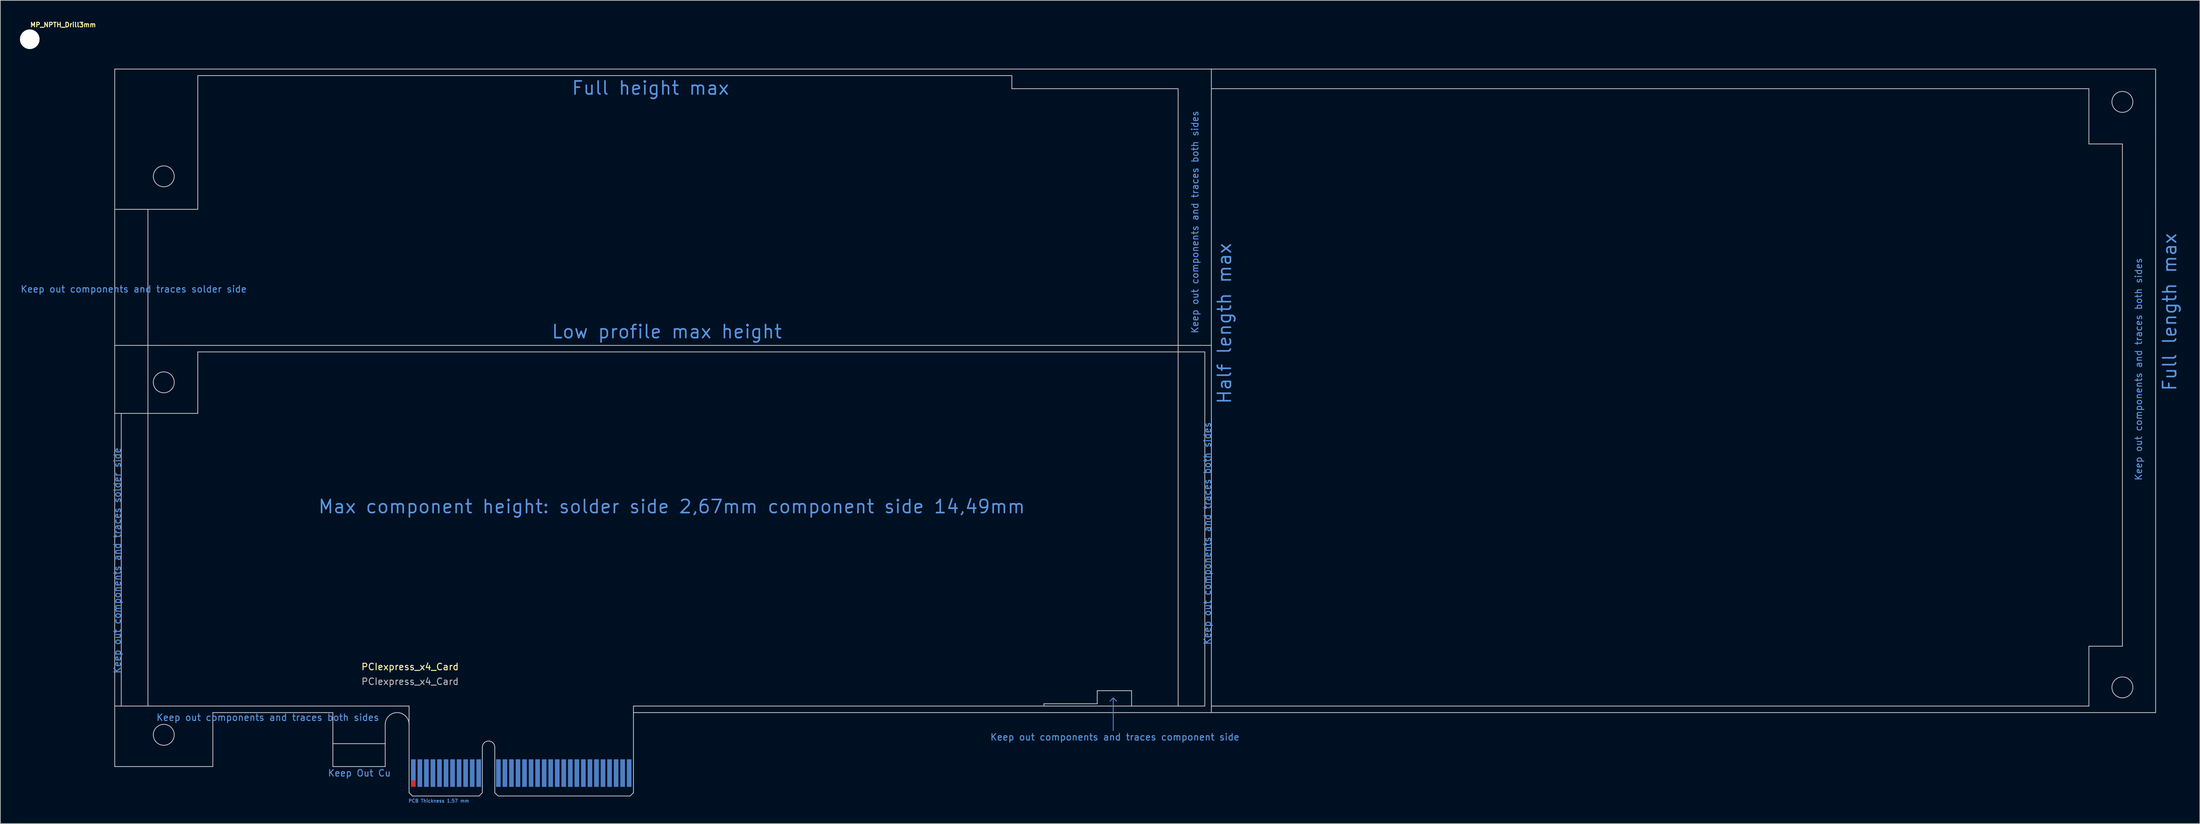
<source format=kicad_pcb>
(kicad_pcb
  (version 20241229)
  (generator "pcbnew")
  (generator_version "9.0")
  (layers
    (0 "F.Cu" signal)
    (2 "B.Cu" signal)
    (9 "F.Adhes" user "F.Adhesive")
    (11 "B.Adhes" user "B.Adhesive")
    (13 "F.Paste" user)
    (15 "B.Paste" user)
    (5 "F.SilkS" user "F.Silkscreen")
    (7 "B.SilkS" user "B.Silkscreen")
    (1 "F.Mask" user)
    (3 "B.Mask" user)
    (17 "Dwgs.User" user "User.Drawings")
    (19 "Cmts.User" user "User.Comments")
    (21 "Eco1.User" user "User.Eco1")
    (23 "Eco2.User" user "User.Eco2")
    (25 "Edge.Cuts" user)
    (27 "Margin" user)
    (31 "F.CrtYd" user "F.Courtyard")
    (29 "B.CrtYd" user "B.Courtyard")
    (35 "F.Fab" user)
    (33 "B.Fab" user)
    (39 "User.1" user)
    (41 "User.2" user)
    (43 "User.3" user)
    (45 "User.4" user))
  (footprint "MP_NPTH_Drill3mm"
    (layer "F.Cu")
    (at 1.5 2.95)
    (property "Reference" "MP_NPTH_Drill3mm" (at 0 -1.8 0) (layer "F.SilkS") (effects (font (size 0.7 0.7) (thickness 0.15)) (justify left bottom)))
    (attr exclude_from_pos_files exclude_from_bom)
    (pad "" np_thru_hole circle (at 0 0) (size 3 3) (drill 3) (layers "*.Cu" "*.Mask")))
  (footprint "PCIexpress_x4_Card"
    (layer "F.Cu")
    (at 59.637 118.66)
    (property "Reference" "PCIexpress_x4_Card" (at 0 -19.75 0) (layer "F.SilkS") (effects (font (size 1 1) (thickness 0.15))))
    (attr exclude_from_pos_files exclude_from_bom)
    (fp_poly (pts (xy -11.8 -4.5) (xy -11.8 -8) (xy -3.8 -8) (xy -3.8 -4.5)) (stroke (width 0) (type solid)) (fill yes) (layer "F.Mask"))
    (fp_poly (pts (xy -0.25 -5.5) (xy 34.25 -5.5) (xy 34.25 0) (xy -0.25 0)) (stroke (width 0.2) (type solid)) (fill yes) (layer "F.Mask"))
    (fp_poly (pts (xy -11.8 -4.5) (xy -11.8 -8) (xy -3.8 -8) (xy -3.8 -4.5)) (stroke (width 0) (type solid)) (fill yes) (layer "B.Mask"))
    (fp_poly (pts (xy -0.25 -5.5) (xy 34.25 -5.5) (xy 34.25 0) (xy -0.25 0)) (stroke (width 0.2) (type solid)) (fill yes) (layer "B.Mask"))
    (fp_line (start -45.15 -111.15) (end -45.15 -4.5) (stroke (width 0.12) (type solid)) (layer "Dwgs.User"))
    (fp_line (start -45.15 -111.15) (end 122.5 -111.15) (stroke (width 0.12) (type solid)) (layer "Dwgs.User"))
    (fp_line (start -45.15 -89.7) (end -32.45 -89.7) (stroke (width 0.12) (type solid)) (layer "Dwgs.User"))
    (fp_line (start -45.15 -68.9) (end 122.5 -68.9) (stroke (width 0.12) (type solid)) (layer "Dwgs.User"))
    (fp_line (start -45.15 -58.5) (end -32.45 -58.5) (stroke (width 0.12) (type solid)) (layer "Dwgs.User"))
    (fp_line (start -44.15 -58.5) (end -44.15 -13.75) (stroke (width 0.12) (type solid)) (layer "Dwgs.User"))
    (fp_line (start -40.07 -13.75) (end -40.07 -89.7) (stroke (width 0.12) (type solid)) (layer "Dwgs.User"))
    (fp_line (start -32.45 -110.15) (end -32.45 -89.7) (stroke (width 0.12) (type solid)) (layer "Dwgs.User"))
    (fp_line (start -32.45 -110.15) (end 92 -110.15) (stroke (width 0.12) (type solid)) (layer "Dwgs.User"))
    (fp_line (start -32.45 -67.9) (end 121.5 -67.9) (stroke (width 0.12) (type solid)) (layer "Dwgs.User"))
    (fp_line (start -32.45 -58.5) (end -32.45 -67.9) (stroke (width 0.12) (type solid)) (layer "Dwgs.User"))
    (fp_line (start -30.15 -12.75) (end -11.8 -12.75) (stroke (width 0.12) (type solid)) (layer "Dwgs.User"))
    (fp_line (start -30.15 -4.5) (end -45.15 -4.5) (stroke (width 0.12) (type solid)) (layer "Dwgs.User"))
    (fp_line (start -30.15 -4.5) (end -30.15 -12.75) (stroke (width 0.12) (type solid)) (layer "Dwgs.User"))
    (fp_line (start -11.8 -8) (end -3.8 -8) (stroke (width 0.12) (type solid)) (layer "Dwgs.User"))
    (fp_line (start -11.8 -4.5) (end -11.8 -12.75) (stroke (width 0.12) (type solid)) (layer "Dwgs.User"))
    (fp_line (start -11.8 -4.5) (end -3.8 -4.5) (stroke (width 0.12) (type solid)) (layer "Dwgs.User"))
    (fp_line (start -3.8 -4.5) (end -3.8 -10.925) (stroke (width 0.12) (type solid)) (layer "Dwgs.User"))
    (fp_line (start -0.15 -13.75) (end -45.15 -13.75) (stroke (width 0.12) (type solid)) (layer "Dwgs.User"))
    (fp_line (start -0.15 -10.925) (end -0.15 -13.75) (stroke (width 0.12) (type solid)) (layer "Dwgs.User"))
    (fp_line (start -0.15 -0.5) (end -0.15 -10.925) (stroke (width 0.12) (type solid)) (layer "Dwgs.User"))
    (fp_line (start -0.15 -0.5) (end 0.35 0) (stroke (width 0.12) (type solid)) (layer "Dwgs.User"))
    (fp_line (start 0.35 0) (end 10.55 0) (stroke (width 0.12) (type solid)) (layer "Dwgs.User"))
    (fp_line (start 11.05 -7.45) (end 11.05 -0.5) (stroke (width 0.12) (type solid)) (layer "Dwgs.User"))
    (fp_line (start 11.05 -0.5) (end 10.55 0) (stroke (width 0.12) (type solid)) (layer "Dwgs.User"))
    (fp_line (start 12.95 -7.45) (end 12.95 -0.5) (stroke (width 0.12) (type solid)) (layer "Dwgs.User"))
    (fp_line (start 12.95 -0.5) (end 13.45 0) (stroke (width 0.12) (type solid)) (layer "Dwgs.User"))
    (fp_line (start 13.45 0) (end 33.65 0) (stroke (width 0.12) (type solid)) (layer "Dwgs.User"))
    (fp_line (start 34.15 -13.75) (end 121.5 -13.75) (stroke (width 0.12) (type solid)) (layer "Dwgs.User"))
    (fp_line (start 34.15 -12.75) (end 34.15 -13.75) (stroke (width 0.12) (type solid)) (layer "Dwgs.User"))
    (fp_line (start 34.15 -12.75) (end 122.503 -12.75) (stroke (width 0.12) (type solid)) (layer "Dwgs.User"))
    (fp_line (start 34.15 -0.5) (end 33.65 0) (stroke (width 0.12) (type solid)) (layer "Dwgs.User"))
    (fp_line (start 34.15 -0.5) (end 34.15 -12.75) (stroke (width 0.12) (type solid)) (layer "Dwgs.User"))
    (fp_line (start 92 -110.15) (end 92 -108.15) (stroke (width 0.12) (type solid)) (layer "Dwgs.User"))
    (fp_line (start 92 -108.15) (end 117.42 -108.15) (stroke (width 0.12) (type solid)) (layer "Dwgs.User"))
    (fp_line (start 96.9 -14.1) (end 96.9 -13.75) (stroke (width 0.12) (type solid)) (layer "Dwgs.User"))
    (fp_line (start 96.9 -14.1) (end 105.05 -14.1) (stroke (width 0.12) (type solid)) (layer "Dwgs.User"))
    (fp_line (start 105.05 -16.1) (end 110.3 -16.1) (stroke (width 0.12) (type solid)) (layer "Dwgs.User"))
    (fp_line (start 105.05 -14.1) (end 105.05 -16.1) (stroke (width 0.12) (type solid)) (layer "Dwgs.User"))
    (fp_line (start 110.3 -16.1) (end 110.3 -13.75) (stroke (width 0.12) (type solid)) (layer "Dwgs.User"))
    (fp_line (start 117.42 -108.15) (end 117.42 -13.75) (stroke (width 0.12) (type solid)) (layer "Dwgs.User"))
    (fp_line (start 121.5 -67.9) (end 121.5 -13.75) (stroke (width 0.12) (type solid)) (layer "Dwgs.User"))
    (fp_line (start 122.5 -111.15) (end 122.5 -12.75) (stroke (width 0.12) (type solid)) (layer "Dwgs.User"))
    (fp_line (start 122.5 -111.15) (end 266.85 -111.15) (stroke (width 0.12) (type solid)) (layer "Dwgs.User"))
    (fp_line (start 122.5 -108.15) (end 256.65 -108.15) (stroke (width 0.12) (type solid)) (layer "Dwgs.User"))
    (fp_line (start 122.5 -13.75) (end 256.65 -13.75) (stroke (width 0.12) (type solid)) (layer "Dwgs.User"))
    (fp_line (start 122.503 -12.75) (end 266.853 -12.75) (stroke (width 0.12) (type solid)) (layer "Dwgs.User"))
    (fp_line (start 256.65 -108.15) (end 256.65 -99.7) (stroke (width 0.12) (type solid)) (layer "Dwgs.User"))
    (fp_line (start 256.65 -99.7) (end 261.77 -99.7) (stroke (width 0.12) (type solid)) (layer "Dwgs.User"))
    (fp_line (start 256.65 -22.9) (end 261.77 -22.9) (stroke (width 0.12) (type solid)) (layer "Dwgs.User"))
    (fp_line (start 256.65 -13.75) (end 256.65 -22.9) (stroke (width 0.12) (type solid)) (layer "Dwgs.User"))
    (fp_line (start 261.77 -99.7) (end 261.77 -22.9) (stroke (width 0.12) (type solid)) (layer "Dwgs.User"))
    (fp_line (start 266.85 -111.15) (end 266.853 -12.75) (stroke (width 0.12) (type solid)) (layer "Dwgs.User"))
    (fp_arc (start -3.8 -10.925) (mid -1.975 -12.75) (end -0.15 -10.925) (stroke (width 0.12) (type solid)) (layer "Dwgs.User"))
    (fp_arc (start 11.05 -7.45) (mid 12 -8.4) (end 12.95 -7.45) (stroke (width 0.12) (type solid)) (layer "Dwgs.User"))
    (fp_circle (center -37.65 -94.75) (end -36.05 -94.75) (stroke (width 0.12) (type solid)) (fill no) (layer "Dwgs.User"))
    (fp_circle (center -37.65 -63.25) (end -36.05 -63.25) (stroke (width 0.12) (type solid)) (fill no) (layer "Dwgs.User"))
    (fp_circle (center -37.65 -9.35) (end -36.05 -9.35) (stroke (width 0.12) (type solid)) (fill no) (layer "Dwgs.User"))
    (fp_circle (center 261.77 -106.13) (end 263.37 -106.13) (stroke (width 0.12) (type solid)) (fill no) (layer "Dwgs.User"))
    (fp_circle (center 261.77 -16.6) (end 263.37 -16.6) (stroke (width 0.12) (type solid)) (fill no) (layer "Dwgs.User"))
    (fp_line (start 107.5 -15) (end 107 -14.5) (stroke (width 0.12) (type solid)) (layer "Cmts.User"))
    (fp_line (start 107.5 -15) (end 108 -14.5) (stroke (width 0.12) (type solid)) (layer "Cmts.User"))
    (fp_line (start 107.5 -10) (end 107.5 -15) (stroke (width 0.12) (type solid)) (layer "Cmts.User"))
    (fp_text user "Max component height: solder side 2,67mm component side 14,49mm" (at 40 -44.25 0) (layer "Cmts.User") (effects (font (size 2 2) (thickness 0.25))))
    (fp_text user "PCB Thickness 1.57 mm" (at 4.4 0.75 180) (layer "Cmts.User") (effects (font (size 0.5 0.5) (thickness 0.1))))
    (fp_text user "Low profile max height" (at 39.25 -71 0) (layer "Cmts.User") (effects (font (size 2 2) (thickness 0.25))))
    (fp_text user "Full length max" (at 269 -74 90) (layer "Cmts.User") (effects (font (size 2 2) (thickness 0.25))))
    (fp_text user "Keep out components and traces both sides" (at 121.893 -40.135 90) (layer "Cmts.User") (effects (font (size 1 1) (thickness 0.15))))
    (fp_text user "Keep out components and traces solder side" (at -42.25 -77.5 180) (layer "Cmts.User") (effects (font (size 1 1) (thickness 0.15))))
    (fp_text user "Full height max" (at 36.75 -108.25 0) (layer "Cmts.User") (effects (font (size 2 2) (thickness 0.25))))
    (fp_text user "Keep out components and traces solder side" (at -44.75 -36 90) (layer "Cmts.User") (effects (font (size 1 1) (thickness 0.15))))
    (fp_text user "Keep out components and traces component side" (at 107.75 -9 180) (layer "Cmts.User") (effects (font (size 1 1) (thickness 0.15))))
    (fp_text user "Keep out components and traces both sides" (at 264.25 -65.25 90) (layer "Cmts.User") (effects (font (size 1 1) (thickness 0.15))))
    (fp_text user "Keep out components and traces both sides" (at 120 -87.75 90) (layer "Cmts.User") (effects (font (size 1 1) (thickness 0.15))))
    (fp_text user "Keep Out Cu" (at -7.75 -3.5 0) (layer "Cmts.User") (effects (font (size 1 1) (thickness 0.15))))
    (fp_text user "Half length max" (at 124.5 -72.25 90) (layer "Cmts.User") (effects (font (size 2 2) (thickness 0.25))))
    (fp_text user "Keep out components and traces both sides" (at -21.75 -12 0) (layer "Cmts.User") (effects (font (size 1 1) (thickness 0.15))))
    (fp_text user "${REFERENCE}" (at 0 -17.5 0) (layer "F.Fab") (effects (font (size 1 1) (thickness 0.15))))
    (pad "A1" connect rect (at 0.5 -4) (size 0.7 3.2) (layers "B.Cu"))
    (pad "A2" connect rect (at 1.5 -3.5) (size 0.7 4.2) (layers "B.Cu"))
    (pad "A3" connect rect (at 2.5 -3.5) (size 0.7 4.2) (layers "B.Cu"))
    (pad "A4" connect rect (at 3.5 -3.5) (size 0.7 4.2) (layers "B.Cu"))
    (pad "A5" connect rect (at 4.5 -3.5) (size 0.7 4.2) (layers "B.Cu"))
    (pad "A6" connect rect (at 5.5 -3.5) (size 0.7 4.2) (layers "B.Cu"))
    (pad "A7" connect rect (at 6.5 -3.5) (size 0.7 4.2) (layers "B.Cu"))
    (pad "A8" connect rect (at 7.5 -3.5) (size 0.7 4.2) (layers "B.Cu"))
    (pad "A9" connect rect (at 8.5 -3.5) (size 0.7 4.2) (layers "B.Cu"))
    (pad "A10" connect rect (at 9.5 -3.5) (size 0.7 4.2) (layers "B.Cu"))
    (pad "A11" connect rect (at 10.5 -3.5) (size 0.7 4.2) (layers "B.Cu"))
    (pad "A12" connect rect (at 13.5 -3.5) (size 0.7 4.2) (layers "B.Cu"))
    (pad "A13" connect rect (at 14.5 -3.5) (size 0.7 4.2) (layers "B.Cu"))
    (pad "A14" connect rect (at 15.5 -3.5) (size 0.7 4.2) (layers "B.Cu"))
    (pad "A15" connect rect (at 16.5 -3.5) (size 0.7 4.2) (layers "B.Cu"))
    (pad "A16" connect rect (at 17.5 -3.5) (size 0.7 4.2) (layers "B.Cu"))
    (pad "A17" connect rect (at 18.5 -3.5) (size 0.7 4.2) (layers "B.Cu"))
    (pad "A18" connect rect (at 19.5 -3.5) (size 0.7 4.2) (layers "B.Cu"))
    (pad "A19" connect rect (at 20.5 -3.5) (size 0.7 4.2) (layers "B.Cu"))
    (pad "A20" connect rect (at 21.5 -3.5) (size 0.7 4.2) (layers "B.Cu"))
    (pad "A21" connect rect (at 22.5 -3.5) (size 0.7 4.2) (layers "B.Cu"))
    (pad "A22" connect rect (at 23.5 -3.5) (size 0.7 4.2) (layers "B.Cu"))
    (pad "A23" connect rect (at 24.5 -3.5) (size 0.7 4.2) (layers "B.Cu"))
    (pad "A24" connect rect (at 25.5 -3.5) (size 0.7 4.2) (layers "B.Cu"))
    (pad "A25" connect rect (at 26.5 -3.5) (size 0.7 4.2) (layers "B.Cu"))
    (pad "A26" connect rect (at 27.5 -3.5) (size 0.7 4.2) (layers "B.Cu"))
    (pad "A27" connect rect (at 28.5 -3.5) (size 0.7 4.2) (layers "B.Cu"))
    (pad "A28" connect rect (at 29.5 -3.5) (size 0.7 4.2) (layers "B.Cu"))
    (pad "A29" connect rect (at 30.5 -3.5) (size 0.7 4.2) (layers "B.Cu"))
    (pad "A30" connect rect (at 31.5 -3.5) (size 0.7 4.2) (layers "B.Cu"))
    (pad "A31" connect rect (at 32.5 -3.5) (size 0.7 4.2) (layers "B.Cu"))
    (pad "A32" connect rect (at 33.5 -3.5) (size 0.7 4.2) (layers "B.Cu"))
    (pad "B1" connect rect (at 0.5 -3.5) (size 0.7 4.2) (layers "F.Cu"))
    (pad "B2" connect rect (at 1.5 -3.5) (size 0.7 4.2) (layers "F.Cu"))
    (pad "B3" connect rect (at 2.5 -3.5) (size 0.7 4.2) (layers "F.Cu"))
    (pad "B4" connect rect (at 3.5 -3.5) (size 0.7 4.2) (layers "F.Cu"))
    (pad "B5" connect rect (at 4.5 -3.5) (size 0.7 4.2) (layers "F.Cu"))
    (pad "B6" connect rect (at 5.5 -3.5) (size 0.7 4.2) (layers "F.Cu"))
    (pad "B7" connect rect (at 6.5 -3.5) (size 0.7 4.2) (layers "F.Cu"))
    (pad "B8" connect rect (at 7.5 -3.5) (size 0.7 4.2) (layers "F.Cu"))
    (pad "B9" connect rect (at 8.5 -3.5) (size 0.7 4.2) (layers "F.Cu"))
    (pad "B10" connect rect (at 9.5 -3.5) (size 0.7 4.2) (layers "F.Cu"))
    (pad "B11" connect rect (at 10.5 -3.5) (size 0.7 4.2) (layers "F.Cu"))
    (pad "B12" connect rect (at 13.5 -3.5) (size 0.7 4.2) (layers "F.Cu"))
    (pad "B13" connect rect (at 14.5 -3.5) (size 0.7 4.2) (layers "F.Cu"))
    (pad "B14" connect rect (at 15.5 -3.5) (size 0.7 4.2) (layers "F.Cu"))
    (pad "B15" connect rect (at 16.5 -3.5) (size 0.7 4.2) (layers "F.Cu"))
    (pad "B16" connect rect (at 17.5 -3.5) (size 0.7 4.2) (layers "F.Cu"))
    (pad "B17" connect rect (at 18.5 -4) (size 0.7 3.2) (layers "F.Cu"))
    (pad "B18" connect rect (at 19.5 -3.5) (size 0.7 4.2) (layers "F.Cu"))
    (pad "B19" connect rect (at 20.5 -3.5) (size 0.7 4.2) (layers "F.Cu"))
    (pad "B20" connect rect (at 21.5 -3.5) (size 0.7 4.2) (layers "F.Cu"))
    (pad "B21" connect rect (at 22.5 -3.5) (size 0.7 4.2) (layers "F.Cu"))
    (pad "B22" connect rect (at 23.5 -3.5) (size 0.7 4.2) (layers "F.Cu"))
    (pad "B23" connect rect (at 24.5 -3.5) (size 0.7 4.2) (layers "F.Cu"))
    (pad "B24" connect rect (at 25.5 -3.5) (size 0.7 4.2) (layers "F.Cu"))
    (pad "B25" connect rect (at 26.5 -3.5) (size 0.7 4.2) (layers "F.Cu"))
    (pad "B26" connect rect (at 27.5 -3.5) (size 0.7 4.2) (layers "F.Cu"))
    (pad "B27" connect rect (at 28.5 -3.5) (size 0.7 4.2) (layers "F.Cu"))
    (pad "B28" connect rect (at 29.5 -3.5) (size 0.7 4.2) (layers "F.Cu"))
    (pad "B29" connect rect (at 30.5 -3.5) (size 0.7 4.2) (layers "F.Cu"))
    (pad "B30" connect rect (at 31.5 -3.5) (size 0.7 4.2) (layers "F.Cu"))
    (pad "B31" connect rect (at 32.5 -4) (size 0.7 3.2) (layers "F.Cu"))
    (pad "B32" connect rect (at 33.5 -3.5) (size 0.7 4.2) (layers "F.Cu")))
  (gr_rect
    (start -3 -3)
    (end 333.246 122.878)
    (stroke (width 0.1) (type default))
    (fill no)
    (layer "Edge.Cuts")))
</source>
